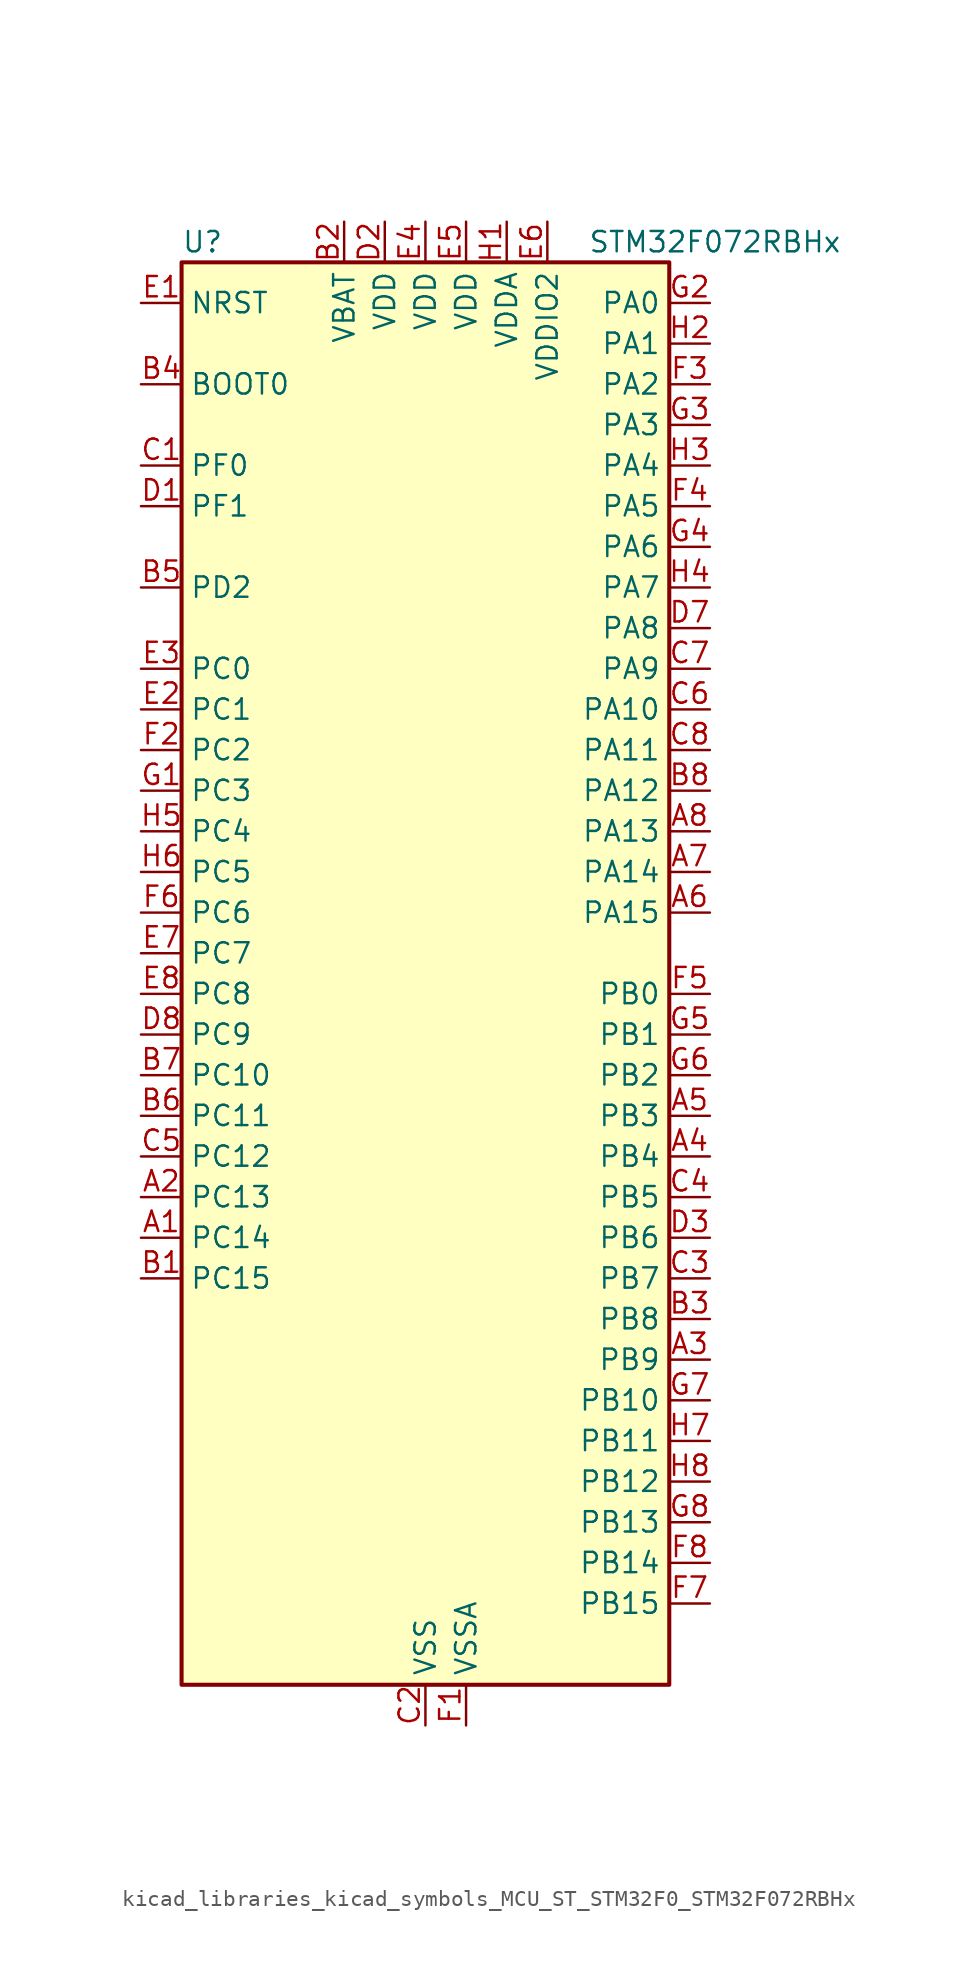
<source format=kicad_sym>
(kicad_symbol_lib
  (version 20220914)
  (generator kicad_symbol_editor)
  (symbol "kicad_libraries_kicad_symbols_MCU_ST_STM32F0_STM32F072RBHx"
    (property "Reference" "U"
      (at -15.24 46.99 0)
      (effects (font (size 1.27 1.27)) (justify left)))
    (property "Value" "STM32F072RBHx"
      (at 10.16 46.99 0)
      (effects (font (size 1.27 1.27)) (justify left)))
    (property "ki_locked" ""
      (at 0 0 0)
      (effects (font (size 1.27 1.27))))
    (symbol "kicad_libraries_kicad_symbols_MCU_ST_STM32F0_STM32F072RBHx_0_1"
      (rectangle (start -15.24 -43.18) (end 15.24 45.72) (stroke (width 0.254) (type default)) (fill (type background))))
    (symbol "kicad_libraries_kicad_symbols_MCU_ST_STM32F0_STM32F072RBHx_1_1"
      (pin bidirectional line (at -17.78 -15.24 0) (length 2.54) (name "PC14" (effects (font (size 1.27 1.27)))) (number "A1" (effects (font (size 1.27 1.27)))) (alternate "RCC_OSC32_IN" bidirectional line))
      (pin bidirectional line (at -17.78 -12.7 0) (length 2.54) (name "PC13" (effects (font (size 1.27 1.27)))) (number "A2" (effects (font (size 1.27 1.27)))) (alternate "RTC_OUT_ALARM" bidirectional line) (alternate "RTC_OUT_CALIB" bidirectional line) (alternate "RTC_TAMP1" bidirectional line) (alternate "RTC_TS" bidirectional line) (alternate "SYS_WKUP2" bidirectional line))
      (pin bidirectional line (at 17.78 -22.86 180) (length 2.54) (name "PB9" (effects (font (size 1.27 1.27)))) (number "A3" (effects (font (size 1.27 1.27)))) (alternate "CAN_TX" bidirectional line) (alternate "DAC_EXTI9" bidirectional line) (alternate "I2C1_SDA" bidirectional line) (alternate "I2S2_WS" bidirectional line) (alternate "IR_OUT" bidirectional line) (alternate "SPI2_NSS" bidirectional line) (alternate "TIM17_CH1" bidirectional line))
      (pin bidirectional line (at 17.78 -10.16 180) (length 2.54) (name "PB4" (effects (font (size 1.27 1.27)))) (number "A4" (effects (font (size 1.27 1.27)))) (alternate "I2S1_MCK" bidirectional line) (alternate "SPI1_MISO" bidirectional line) (alternate "TIM17_BKIN" bidirectional line) (alternate "TIM3_CH1" bidirectional line) (alternate "TSC_G5_IO2" bidirectional line))
      (pin bidirectional line (at 17.78 -7.62 180) (length 2.54) (name "PB3" (effects (font (size 1.27 1.27)))) (number "A5" (effects (font (size 1.27 1.27)))) (alternate "I2S1_CK" bidirectional line) (alternate "SPI1_SCK" bidirectional line) (alternate "TIM2_CH2" bidirectional line) (alternate "TSC_G5_IO1" bidirectional line))
      (pin bidirectional line (at 17.78 5.08 180) (length 2.54) (name "PA15" (effects (font (size 1.27 1.27)))) (number "A6" (effects (font (size 1.27 1.27)))) (alternate "I2S1_WS" bidirectional line) (alternate "SPI1_NSS" bidirectional line) (alternate "TIM2_CH1" bidirectional line) (alternate "TIM2_ETR" bidirectional line) (alternate "USART2_RX" bidirectional line) (alternate "USART4_DE" bidirectional line) (alternate "USART4_RTS" bidirectional line))
      (pin bidirectional line (at 17.78 7.62 180) (length 2.54) (name "PA14" (effects (font (size 1.27 1.27)))) (number "A7" (effects (font (size 1.27 1.27)))) (alternate "SYS_SWCLK" bidirectional line) (alternate "USART2_TX" bidirectional line))
      (pin bidirectional line (at 17.78 10.16 180) (length 2.54) (name "PA13" (effects (font (size 1.27 1.27)))) (number "A8" (effects (font (size 1.27 1.27)))) (alternate "IR_OUT" bidirectional line) (alternate "SYS_SWDIO" bidirectional line) (alternate "USB_NOE" bidirectional line))
      (pin bidirectional line (at -17.78 -17.78 0) (length 2.54) (name "PC15" (effects (font (size 1.27 1.27)))) (number "B1" (effects (font (size 1.27 1.27)))) (alternate "RCC_OSC32_OUT" bidirectional line))
      (pin power_in line (at -5.08 48.26 270) (length 2.54) (name "VBAT" (effects (font (size 1.27 1.27)))) (number "B2" (effects (font (size 1.27 1.27)))))
      (pin bidirectional line (at 17.78 -20.32 180) (length 2.54) (name "PB8" (effects (font (size 1.27 1.27)))) (number "B3" (effects (font (size 1.27 1.27)))) (alternate "CAN_RX" bidirectional line) (alternate "CEC" bidirectional line) (alternate "I2C1_SCL" bidirectional line) (alternate "TIM16_CH1" bidirectional line) (alternate "TSC_SYNC" bidirectional line))
      (pin input line (at -17.78 38.1 0) (length 2.54) (name "BOOT0" (effects (font (size 1.27 1.27)))) (number "B4" (effects (font (size 1.27 1.27)))))
      (pin bidirectional line (at -17.78 25.4 0) (length 2.54) (name "PD2" (effects (font (size 1.27 1.27)))) (number "B5" (effects (font (size 1.27 1.27)))) (alternate "TIM3_ETR" bidirectional line) (alternate "USART3_DE" bidirectional line) (alternate "USART3_RTS" bidirectional line))
      (pin bidirectional line (at -17.78 -7.62 0) (length 2.54) (name "PC11" (effects (font (size 1.27 1.27)))) (number "B6" (effects (font (size 1.27 1.27)))) (alternate "USART3_RX" bidirectional line) (alternate "USART4_RX" bidirectional line))
      (pin bidirectional line (at -17.78 -5.08 0) (length 2.54) (name "PC10" (effects (font (size 1.27 1.27)))) (number "B7" (effects (font (size 1.27 1.27)))) (alternate "USART3_TX" bidirectional line) (alternate "USART4_TX" bidirectional line))
      (pin bidirectional line (at 17.78 12.7 180) (length 2.54) (name "PA12" (effects (font (size 1.27 1.27)))) (number "B8" (effects (font (size 1.27 1.27)))) (alternate "CAN_TX" bidirectional line) (alternate "COMP2_OUT" bidirectional line) (alternate "TIM1_ETR" bidirectional line) (alternate "TSC_G4_IO4" bidirectional line) (alternate "USART1_DE" bidirectional line) (alternate "USART1_RTS" bidirectional line) (alternate "USB_DP" bidirectional line))
      (pin bidirectional line (at -17.78 33.02 0) (length 2.54) (name "PF0" (effects (font (size 1.27 1.27)))) (number "C1" (effects (font (size 1.27 1.27)))) (alternate "CRS_SYNC" bidirectional line) (alternate "RCC_OSC_IN" bidirectional line))
      (pin power_in line (at 0 -45.72 90) (length 2.54) (name "VSS" (effects (font (size 1.27 1.27)))) (number "C2" (effects (font (size 1.27 1.27)))))
      (pin bidirectional line (at 17.78 -17.78 180) (length 2.54) (name "PB7" (effects (font (size 1.27 1.27)))) (number "C3" (effects (font (size 1.27 1.27)))) (alternate "I2C1_SDA" bidirectional line) (alternate "TIM17_CH1N" bidirectional line) (alternate "TSC_G5_IO4" bidirectional line) (alternate "USART1_RX" bidirectional line) (alternate "USART4_CTS" bidirectional line))
      (pin bidirectional line (at 17.78 -12.7 180) (length 2.54) (name "PB5" (effects (font (size 1.27 1.27)))) (number "C4" (effects (font (size 1.27 1.27)))) (alternate "I2C1_SMBA" bidirectional line) (alternate "I2S1_SD" bidirectional line) (alternate "SPI1_MOSI" bidirectional line) (alternate "SYS_WKUP6" bidirectional line) (alternate "TIM16_BKIN" bidirectional line) (alternate "TIM3_CH2" bidirectional line))
      (pin bidirectional line (at -17.78 -10.16 0) (length 2.54) (name "PC12" (effects (font (size 1.27 1.27)))) (number "C5" (effects (font (size 1.27 1.27)))) (alternate "USART3_CK" bidirectional line) (alternate "USART4_CK" bidirectional line))
      (pin bidirectional line (at 17.78 17.78 180) (length 2.54) (name "PA10" (effects (font (size 1.27 1.27)))) (number "C6" (effects (font (size 1.27 1.27)))) (alternate "TIM17_BKIN" bidirectional line) (alternate "TIM1_CH3" bidirectional line) (alternate "TSC_G4_IO2" bidirectional line) (alternate "USART1_RX" bidirectional line))
      (pin bidirectional line (at 17.78 20.32 180) (length 2.54) (name "PA9" (effects (font (size 1.27 1.27)))) (number "C7" (effects (font (size 1.27 1.27)))) (alternate "DAC_EXTI9" bidirectional line) (alternate "TIM15_BKIN" bidirectional line) (alternate "TIM1_CH2" bidirectional line) (alternate "TSC_G4_IO1" bidirectional line) (alternate "USART1_TX" bidirectional line))
      (pin bidirectional line (at 17.78 15.24 180) (length 2.54) (name "PA11" (effects (font (size 1.27 1.27)))) (number "C8" (effects (font (size 1.27 1.27)))) (alternate "CAN_RX" bidirectional line) (alternate "COMP1_OUT" bidirectional line) (alternate "TIM1_CH4" bidirectional line) (alternate "TSC_G4_IO3" bidirectional line) (alternate "USART1_CTS" bidirectional line) (alternate "USB_DM" bidirectional line))
      (pin bidirectional line (at -17.78 30.48 0) (length 2.54) (name "PF1" (effects (font (size 1.27 1.27)))) (number "D1" (effects (font (size 1.27 1.27)))) (alternate "RCC_OSC_OUT" bidirectional line))
      (pin power_in line (at -2.54 48.26 270) (length 2.54) (name "VDD" (effects (font (size 1.27 1.27)))) (number "D2" (effects (font (size 1.27 1.27)))))
      (pin bidirectional line (at 17.78 -15.24 180) (length 2.54) (name "PB6" (effects (font (size 1.27 1.27)))) (number "D3" (effects (font (size 1.27 1.27)))) (alternate "I2C1_SCL" bidirectional line) (alternate "TIM16_CH1N" bidirectional line) (alternate "TSC_G5_IO3" bidirectional line) (alternate "USART1_TX" bidirectional line))
      (pin passive line (at 0 -45.72 90) (length 2.54) hide (name "VSS" (effects (font (size 1.27 1.27)))) (number "D4" (effects (font (size 1.27 1.27)))))
      (pin passive line (at 0 -45.72 90) (length 2.54) hide (name "VSS" (effects (font (size 1.27 1.27)))) (number "D5" (effects (font (size 1.27 1.27)))))
      (pin passive line (at 0 -45.72 90) (length 2.54) hide (name "VSS" (effects (font (size 1.27 1.27)))) (number "D6" (effects (font (size 1.27 1.27)))))
      (pin bidirectional line (at 17.78 22.86 180) (length 2.54) (name "PA8" (effects (font (size 1.27 1.27)))) (number "D7" (effects (font (size 1.27 1.27)))) (alternate "CRS_SYNC" bidirectional line) (alternate "RCC_MCO" bidirectional line) (alternate "TIM1_CH1" bidirectional line) (alternate "USART1_CK" bidirectional line))
      (pin bidirectional line (at -17.78 -2.54 0) (length 2.54) (name "PC9" (effects (font (size 1.27 1.27)))) (number "D8" (effects (font (size 1.27 1.27)))) (alternate "DAC_EXTI9" bidirectional line) (alternate "TIM3_CH4" bidirectional line))
      (pin input line (at -17.78 43.18 0) (length 2.54) (name "NRST" (effects (font (size 1.27 1.27)))) (number "E1" (effects (font (size 1.27 1.27)))))
      (pin bidirectional line (at -17.78 17.78 0) (length 2.54) (name "PC1" (effects (font (size 1.27 1.27)))) (number "E2" (effects (font (size 1.27 1.27)))) (alternate "ADC_IN11" bidirectional line))
      (pin bidirectional line (at -17.78 20.32 0) (length 2.54) (name "PC0" (effects (font (size 1.27 1.27)))) (number "E3" (effects (font (size 1.27 1.27)))) (alternate "ADC_IN10" bidirectional line))
      (pin power_in line (at 0 48.26 270) (length 2.54) (name "VDD" (effects (font (size 1.27 1.27)))) (number "E4" (effects (font (size 1.27 1.27)))))
      (pin power_in line (at 2.54 48.26 270) (length 2.54) (name "VDD" (effects (font (size 1.27 1.27)))) (number "E5" (effects (font (size 1.27 1.27)))))
      (pin power_in line (at 7.62 48.26 270) (length 2.54) (name "VDDIO2" (effects (font (size 1.27 1.27)))) (number "E6" (effects (font (size 1.27 1.27)))))
      (pin bidirectional line (at -17.78 2.54 0) (length 2.54) (name "PC7" (effects (font (size 1.27 1.27)))) (number "E7" (effects (font (size 1.27 1.27)))) (alternate "TIM3_CH2" bidirectional line))
      (pin bidirectional line (at -17.78 0 0) (length 2.54) (name "PC8" (effects (font (size 1.27 1.27)))) (number "E8" (effects (font (size 1.27 1.27)))) (alternate "TIM3_CH3" bidirectional line))
      (pin power_in line (at 2.54 -45.72 90) (length 2.54) (name "VSSA" (effects (font (size 1.27 1.27)))) (number "F1" (effects (font (size 1.27 1.27)))))
      (pin bidirectional line (at -17.78 15.24 0) (length 2.54) (name "PC2" (effects (font (size 1.27 1.27)))) (number "F2" (effects (font (size 1.27 1.27)))) (alternate "ADC_IN12" bidirectional line) (alternate "I2S2_MCK" bidirectional line) (alternate "SPI2_MISO" bidirectional line))
      (pin bidirectional line (at 17.78 38.1 180) (length 2.54) (name "PA2" (effects (font (size 1.27 1.27)))) (number "F3" (effects (font (size 1.27 1.27)))) (alternate "ADC_IN2" bidirectional line) (alternate "COMP2_INM" bidirectional line) (alternate "COMP2_OUT" bidirectional line) (alternate "SYS_WKUP4" bidirectional line) (alternate "TIM15_CH1" bidirectional line) (alternate "TIM2_CH3" bidirectional line) (alternate "TSC_G1_IO3" bidirectional line) (alternate "USART2_TX" bidirectional line))
      (pin bidirectional line (at 17.78 30.48 180) (length 2.54) (name "PA5" (effects (font (size 1.27 1.27)))) (number "F4" (effects (font (size 1.27 1.27)))) (alternate "ADC_IN5" bidirectional line) (alternate "CEC" bidirectional line) (alternate "COMP1_INM" bidirectional line) (alternate "COMP2_INM" bidirectional line) (alternate "DAC_OUT2" bidirectional line) (alternate "I2S1_CK" bidirectional line) (alternate "SPI1_SCK" bidirectional line) (alternate "TIM2_CH1" bidirectional line) (alternate "TIM2_ETR" bidirectional line) (alternate "TSC_G2_IO2" bidirectional line))
      (pin bidirectional line (at 17.78 0 180) (length 2.54) (name "PB0" (effects (font (size 1.27 1.27)))) (number "F5" (effects (font (size 1.27 1.27)))) (alternate "ADC_IN8" bidirectional line) (alternate "TIM1_CH2N" bidirectional line) (alternate "TIM3_CH3" bidirectional line) (alternate "TSC_G3_IO2" bidirectional line) (alternate "USART3_CK" bidirectional line))
      (pin bidirectional line (at -17.78 5.08 0) (length 2.54) (name "PC6" (effects (font (size 1.27 1.27)))) (number "F6" (effects (font (size 1.27 1.27)))) (alternate "TIM3_CH1" bidirectional line))
      (pin bidirectional line (at 17.78 -38.1 180) (length 2.54) (name "PB15" (effects (font (size 1.27 1.27)))) (number "F7" (effects (font (size 1.27 1.27)))) (alternate "I2S2_SD" bidirectional line) (alternate "RTC_REFIN" bidirectional line) (alternate "SPI2_MOSI" bidirectional line) (alternate "SYS_WKUP7" bidirectional line) (alternate "TIM15_CH1N" bidirectional line) (alternate "TIM15_CH2" bidirectional line) (alternate "TIM1_CH3N" bidirectional line))
      (pin bidirectional line (at 17.78 -35.56 180) (length 2.54) (name "PB14" (effects (font (size 1.27 1.27)))) (number "F8" (effects (font (size 1.27 1.27)))) (alternate "I2C2_SDA" bidirectional line) (alternate "I2S2_MCK" bidirectional line) (alternate "SPI2_MISO" bidirectional line) (alternate "TIM15_CH1" bidirectional line) (alternate "TIM1_CH2N" bidirectional line) (alternate "TSC_G6_IO4" bidirectional line) (alternate "USART3_DE" bidirectional line) (alternate "USART3_RTS" bidirectional line))
      (pin bidirectional line (at -17.78 12.7 0) (length 2.54) (name "PC3" (effects (font (size 1.27 1.27)))) (number "G1" (effects (font (size 1.27 1.27)))) (alternate "ADC_IN13" bidirectional line) (alternate "I2S2_SD" bidirectional line) (alternate "SPI2_MOSI" bidirectional line))
      (pin bidirectional line (at 17.78 43.18 180) (length 2.54) (name "PA0" (effects (font (size 1.27 1.27)))) (number "G2" (effects (font (size 1.27 1.27)))) (alternate "ADC_IN0" bidirectional line) (alternate "COMP1_INM" bidirectional line) (alternate "COMP1_OUT" bidirectional line) (alternate "RTC_TAMP2" bidirectional line) (alternate "SYS_WKUP1" bidirectional line) (alternate "TIM2_CH1" bidirectional line) (alternate "TIM2_ETR" bidirectional line) (alternate "TSC_G1_IO1" bidirectional line) (alternate "USART2_CTS" bidirectional line) (alternate "USART4_TX" bidirectional line))
      (pin bidirectional line (at 17.78 35.56 180) (length 2.54) (name "PA3" (effects (font (size 1.27 1.27)))) (number "G3" (effects (font (size 1.27 1.27)))) (alternate "ADC_IN3" bidirectional line) (alternate "COMP2_INP" bidirectional line) (alternate "TIM15_CH2" bidirectional line) (alternate "TIM2_CH4" bidirectional line) (alternate "TSC_G1_IO4" bidirectional line) (alternate "USART2_RX" bidirectional line))
      (pin bidirectional line (at 17.78 27.94 180) (length 2.54) (name "PA6" (effects (font (size 1.27 1.27)))) (number "G4" (effects (font (size 1.27 1.27)))) (alternate "ADC_IN6" bidirectional line) (alternate "COMP1_OUT" bidirectional line) (alternate "I2S1_MCK" bidirectional line) (alternate "SPI1_MISO" bidirectional line) (alternate "TIM16_CH1" bidirectional line) (alternate "TIM1_BKIN" bidirectional line) (alternate "TIM3_CH1" bidirectional line) (alternate "TSC_G2_IO3" bidirectional line) (alternate "USART3_CTS" bidirectional line))
      (pin bidirectional line (at 17.78 -2.54 180) (length 2.54) (name "PB1" (effects (font (size 1.27 1.27)))) (number "G5" (effects (font (size 1.27 1.27)))) (alternate "ADC_IN9" bidirectional line) (alternate "TIM14_CH1" bidirectional line) (alternate "TIM1_CH3N" bidirectional line) (alternate "TIM3_CH4" bidirectional line) (alternate "TSC_G3_IO3" bidirectional line) (alternate "USART3_DE" bidirectional line) (alternate "USART3_RTS" bidirectional line))
      (pin bidirectional line (at 17.78 -5.08 180) (length 2.54) (name "PB2" (effects (font (size 1.27 1.27)))) (number "G6" (effects (font (size 1.27 1.27)))) (alternate "TSC_G3_IO4" bidirectional line))
      (pin bidirectional line (at 17.78 -25.4 180) (length 2.54) (name "PB10" (effects (font (size 1.27 1.27)))) (number "G7" (effects (font (size 1.27 1.27)))) (alternate "CEC" bidirectional line) (alternate "I2C2_SCL" bidirectional line) (alternate "I2S2_CK" bidirectional line) (alternate "SPI2_SCK" bidirectional line) (alternate "TIM2_CH3" bidirectional line) (alternate "TSC_SYNC" bidirectional line) (alternate "USART3_TX" bidirectional line))
      (pin bidirectional line (at 17.78 -33.02 180) (length 2.54) (name "PB13" (effects (font (size 1.27 1.27)))) (number "G8" (effects (font (size 1.27 1.27)))) (alternate "I2C2_SCL" bidirectional line) (alternate "I2S2_CK" bidirectional line) (alternate "SPI2_SCK" bidirectional line) (alternate "TIM1_CH1N" bidirectional line) (alternate "TSC_G6_IO3" bidirectional line) (alternate "USART3_CTS" bidirectional line))
      (pin power_in line (at 5.08 48.26 270) (length 2.54) (name "VDDA" (effects (font (size 1.27 1.27)))) (number "H1" (effects (font (size 1.27 1.27)))))
      (pin bidirectional line (at 17.78 40.64 180) (length 2.54) (name "PA1" (effects (font (size 1.27 1.27)))) (number "H2" (effects (font (size 1.27 1.27)))) (alternate "ADC_IN1" bidirectional line) (alternate "COMP1_INP" bidirectional line) (alternate "TIM15_CH1N" bidirectional line) (alternate "TIM2_CH2" bidirectional line) (alternate "TSC_G1_IO2" bidirectional line) (alternate "USART2_DE" bidirectional line) (alternate "USART2_RTS" bidirectional line) (alternate "USART4_RX" bidirectional line))
      (pin bidirectional line (at 17.78 33.02 180) (length 2.54) (name "PA4" (effects (font (size 1.27 1.27)))) (number "H3" (effects (font (size 1.27 1.27)))) (alternate "ADC_IN4" bidirectional line) (alternate "COMP1_INM" bidirectional line) (alternate "COMP2_INM" bidirectional line) (alternate "DAC_OUT1" bidirectional line) (alternate "I2S1_WS" bidirectional line) (alternate "SPI1_NSS" bidirectional line) (alternate "TIM14_CH1" bidirectional line) (alternate "TSC_G2_IO1" bidirectional line) (alternate "USART2_CK" bidirectional line))
      (pin bidirectional line (at 17.78 25.4 180) (length 2.54) (name "PA7" (effects (font (size 1.27 1.27)))) (number "H4" (effects (font (size 1.27 1.27)))) (alternate "ADC_IN7" bidirectional line) (alternate "COMP2_OUT" bidirectional line) (alternate "I2S1_SD" bidirectional line) (alternate "SPI1_MOSI" bidirectional line) (alternate "TIM14_CH1" bidirectional line) (alternate "TIM17_CH1" bidirectional line) (alternate "TIM1_CH1N" bidirectional line) (alternate "TIM3_CH2" bidirectional line) (alternate "TSC_G2_IO4" bidirectional line))
      (pin bidirectional line (at -17.78 10.16 0) (length 2.54) (name "PC4" (effects (font (size 1.27 1.27)))) (number "H5" (effects (font (size 1.27 1.27)))) (alternate "ADC_IN14" bidirectional line) (alternate "USART3_TX" bidirectional line))
      (pin bidirectional line (at -17.78 7.62 0) (length 2.54) (name "PC5" (effects (font (size 1.27 1.27)))) (number "H6" (effects (font (size 1.27 1.27)))) (alternate "ADC_IN15" bidirectional line) (alternate "SYS_WKUP5" bidirectional line) (alternate "TSC_G3_IO1" bidirectional line) (alternate "USART3_RX" bidirectional line))
      (pin bidirectional line (at 17.78 -27.94 180) (length 2.54) (name "PB11" (effects (font (size 1.27 1.27)))) (number "H7" (effects (font (size 1.27 1.27)))) (alternate "I2C2_SDA" bidirectional line) (alternate "TIM2_CH4" bidirectional line) (alternate "TSC_G6_IO1" bidirectional line) (alternate "USART3_RX" bidirectional line))
      (pin bidirectional line (at 17.78 -30.48 180) (length 2.54) (name "PB12" (effects (font (size 1.27 1.27)))) (number "H8" (effects (font (size 1.27 1.27)))) (alternate "I2S2_WS" bidirectional line) (alternate "SPI2_NSS" bidirectional line) (alternate "TIM15_BKIN" bidirectional line) (alternate "TIM1_BKIN" bidirectional line) (alternate "TSC_G6_IO2" bidirectional line) (alternate "USART3_CK" bidirectional line)))))
</source>
